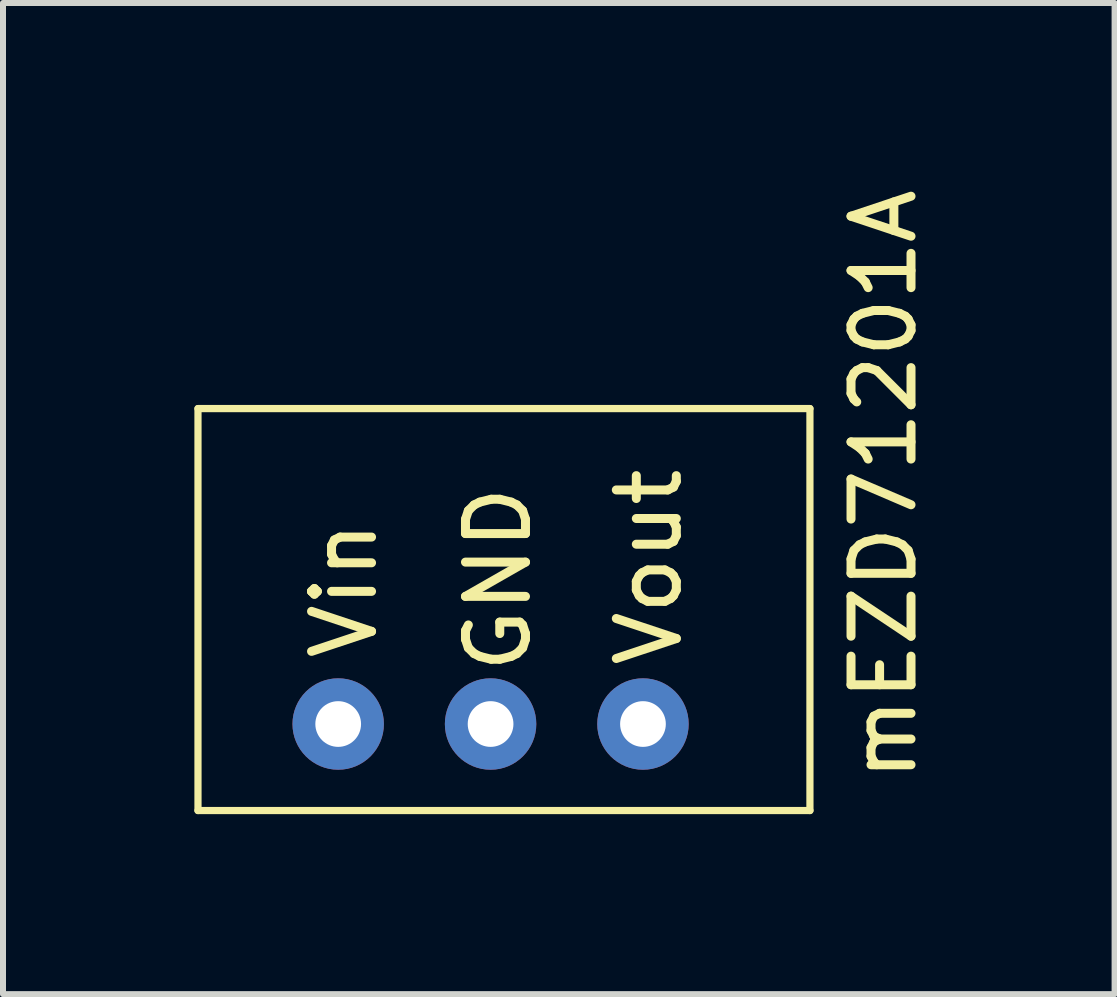
<source format=kicad_pcb>
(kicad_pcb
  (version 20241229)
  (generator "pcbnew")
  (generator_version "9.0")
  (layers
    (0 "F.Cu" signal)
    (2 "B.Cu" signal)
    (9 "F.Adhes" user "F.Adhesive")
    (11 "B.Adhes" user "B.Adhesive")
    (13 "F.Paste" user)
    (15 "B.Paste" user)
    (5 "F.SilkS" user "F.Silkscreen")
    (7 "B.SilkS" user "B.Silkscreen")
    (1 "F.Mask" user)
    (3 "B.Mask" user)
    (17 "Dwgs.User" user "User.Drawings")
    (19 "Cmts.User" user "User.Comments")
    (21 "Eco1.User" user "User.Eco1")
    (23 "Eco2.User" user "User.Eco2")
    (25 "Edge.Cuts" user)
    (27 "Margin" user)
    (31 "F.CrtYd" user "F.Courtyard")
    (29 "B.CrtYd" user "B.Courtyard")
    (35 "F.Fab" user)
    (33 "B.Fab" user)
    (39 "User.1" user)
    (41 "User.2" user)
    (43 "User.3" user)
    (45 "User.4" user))
  (footprint "mEZD71201A"
    (layer "F.Cu")
    (at 0.25 3.76)
    (property "Reference" "mEZD71201A" (at 11.43 1.27 90) (layer "F.SilkS") (effects (font (size 1 1) (thickness 0.15))))
    (attr through_hole)
    (fp_line (start 0 0) (end 0 6.7) (stroke (width 0.12) (type solid)) (layer "F.SilkS"))
    (fp_line (start 0 0) (end 10.2 0) (stroke (width 0.12) (type solid)) (layer "F.SilkS"))
    (fp_line (start 0 6.7) (end 10.2 6.7) (stroke (width 0.12) (type solid)) (layer "F.SilkS"))
    (fp_line (start 10.2 0) (end 10.2 6.7) (stroke (width 0.12) (type solid)) (layer "F.SilkS"))
    (fp_text user "Vin" (at 2.438 3.023 270) (layer "F.SilkS") (effects (font (size 1 1) (thickness 0.15))))
    (fp_text user "Vout" (at 7.518 2.642 270) (layer "F.SilkS") (effects (font (size 1 1) (thickness 0.15))))
    (fp_text user "GND" (at 5.004 2.845 270) (layer "F.SilkS") (effects (font (size 1 1) (thickness 0.15))))
    (pad "1" thru_hole circle (at 2.337 5.258 90) (size 1.524 1.524) (drill 0.762) (layers "*.Cu" "*.Mask"))
    (pad "2" thru_hole circle (at 4.877 5.258 90) (size 1.524 1.524) (drill 0.762) (layers "*.Cu" "*.Mask"))
    (pad "3" thru_hole circle (at 7.417 5.258 90) (size 1.524 1.524) (drill 0.762) (layers "*.Cu" "*.Mask")))
  (gr_rect
    (start -3 -3)
    (end 15.528 13.52)
    (stroke (width 0.1) (type default))
    (fill no)
    (layer "Edge.Cuts")))
</source>
